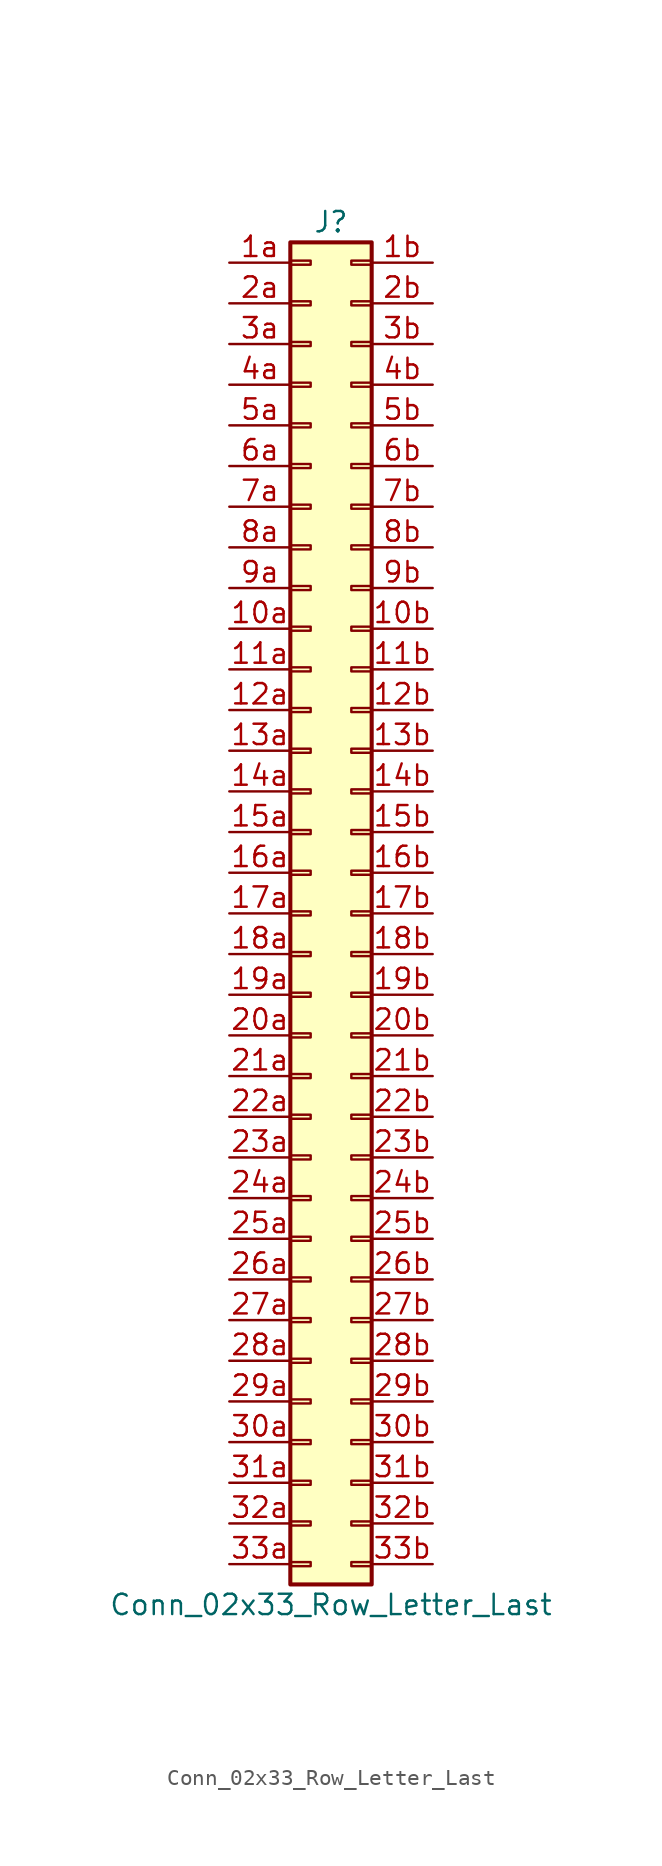
<source format=kicad_sym>
(kicad_symbol_lib
  (version 20211014)
  (generator kicad_symbol_editor)
  (symbol "Conn_02x33_Row_Letter_Last"
    (pin_names
      (offset 1.016) hide)
    (property "Reference" "J"
      (at 1.27 43.18 0)
      (effects (font (size 1.27 1.27))))
    (property "Value" "Conn_02x33_Row_Letter_Last"
      (at 1.27 -43.18 0)
      (effects (font (size 1.27 1.27))))
    (symbol "Conn_02x33_Row_Letter_Last_1_1"
      (rectangle (start -1.27 -40.513) (end 0 -40.767) (stroke (width 0.152) (type default) (color 0 0 0 0)) (fill (type none)))
      (rectangle (start -1.27 -37.973) (end 0 -38.227) (stroke (width 0.152) (type default) (color 0 0 0 0)) (fill (type none)))
      (rectangle (start -1.27 -35.433) (end 0 -35.687) (stroke (width 0.152) (type default) (color 0 0 0 0)) (fill (type none)))
      (rectangle (start -1.27 -32.893) (end 0 -33.147) (stroke (width 0.152) (type default) (color 0 0 0 0)) (fill (type none)))
      (rectangle (start -1.27 -30.353) (end 0 -30.607) (stroke (width 0.152) (type default) (color 0 0 0 0)) (fill (type none)))
      (rectangle (start -1.27 -27.813) (end 0 -28.067) (stroke (width 0.152) (type default) (color 0 0 0 0)) (fill (type none)))
      (rectangle (start -1.27 -25.273) (end 0 -25.527) (stroke (width 0.152) (type default) (color 0 0 0 0)) (fill (type none)))
      (rectangle (start -1.27 -22.733) (end 0 -22.987) (stroke (width 0.152) (type default) (color 0 0 0 0)) (fill (type none)))
      (rectangle (start -1.27 -20.193) (end 0 -20.447) (stroke (width 0.152) (type default) (color 0 0 0 0)) (fill (type none)))
      (rectangle (start -1.27 -17.653) (end 0 -17.907) (stroke (width 0.152) (type default) (color 0 0 0 0)) (fill (type none)))
      (rectangle (start -1.27 -15.113) (end 0 -15.367) (stroke (width 0.152) (type default) (color 0 0 0 0)) (fill (type none)))
      (rectangle (start -1.27 -12.573) (end 0 -12.827) (stroke (width 0.152) (type default) (color 0 0 0 0)) (fill (type none)))
      (rectangle (start -1.27 -10.033) (end 0 -10.287) (stroke (width 0.152) (type default) (color 0 0 0 0)) (fill (type none)))
      (rectangle (start -1.27 -7.493) (end 0 -7.747) (stroke (width 0.152) (type default) (color 0 0 0 0)) (fill (type none)))
      (rectangle (start -1.27 -4.953) (end 0 -5.207) (stroke (width 0.152) (type default) (color 0 0 0 0)) (fill (type none)))
      (rectangle (start -1.27 -2.413) (end 0 -2.667) (stroke (width 0.152) (type default) (color 0 0 0 0)) (fill (type none)))
      (rectangle (start -1.27 0.127) (end 0 -0.127) (stroke (width 0.152) (type default) (color 0 0 0 0)) (fill (type none)))
      (rectangle (start -1.27 2.667) (end 0 2.413) (stroke (width 0.152) (type default) (color 0 0 0 0)) (fill (type none)))
      (rectangle (start -1.27 5.207) (end 0 4.953) (stroke (width 0.152) (type default) (color 0 0 0 0)) (fill (type none)))
      (rectangle (start -1.27 7.747) (end 0 7.493) (stroke (width 0.152) (type default) (color 0 0 0 0)) (fill (type none)))
      (rectangle (start -1.27 10.287) (end 0 10.033) (stroke (width 0.152) (type default) (color 0 0 0 0)) (fill (type none)))
      (rectangle (start -1.27 12.827) (end 0 12.573) (stroke (width 0.152) (type default) (color 0 0 0 0)) (fill (type none)))
      (rectangle (start -1.27 15.367) (end 0 15.113) (stroke (width 0.152) (type default) (color 0 0 0 0)) (fill (type none)))
      (rectangle (start -1.27 17.907) (end 0 17.653) (stroke (width 0.152) (type default) (color 0 0 0 0)) (fill (type none)))
      (rectangle (start -1.27 20.447) (end 0 20.193) (stroke (width 0.152) (type default) (color 0 0 0 0)) (fill (type none)))
      (rectangle (start -1.27 22.987) (end 0 22.733) (stroke (width 0.152) (type default) (color 0 0 0 0)) (fill (type none)))
      (rectangle (start -1.27 25.527) (end 0 25.273) (stroke (width 0.152) (type default) (color 0 0 0 0)) (fill (type none)))
      (rectangle (start -1.27 28.067) (end 0 27.813) (stroke (width 0.152) (type default) (color 0 0 0 0)) (fill (type none)))
      (rectangle (start -1.27 30.607) (end 0 30.353) (stroke (width 0.152) (type default) (color 0 0 0 0)) (fill (type none)))
      (rectangle (start -1.27 33.147) (end 0 32.893) (stroke (width 0.152) (type default) (color 0 0 0 0)) (fill (type none)))
      (rectangle (start -1.27 35.687) (end 0 35.433) (stroke (width 0.152) (type default) (color 0 0 0 0)) (fill (type none)))
      (rectangle (start -1.27 38.227) (end 0 37.973) (stroke (width 0.152) (type default) (color 0 0 0 0)) (fill (type none)))
      (rectangle (start -1.27 40.767) (end 0 40.513) (stroke (width 0.152) (type default) (color 0 0 0 0)) (fill (type none)))
      (rectangle (start -1.27 41.91) (end 3.81 -41.91) (stroke (width 0.254) (type default) (color 0 0 0 0)) (fill (type background)))
      (rectangle (start 3.81 -40.513) (end 2.54 -40.767) (stroke (width 0.152) (type default) (color 0 0 0 0)) (fill (type none)))
      (rectangle (start 3.81 -37.973) (end 2.54 -38.227) (stroke (width 0.152) (type default) (color 0 0 0 0)) (fill (type none)))
      (rectangle (start 3.81 -35.433) (end 2.54 -35.687) (stroke (width 0.152) (type default) (color 0 0 0 0)) (fill (type none)))
      (rectangle (start 3.81 -32.893) (end 2.54 -33.147) (stroke (width 0.152) (type default) (color 0 0 0 0)) (fill (type none)))
      (rectangle (start 3.81 -30.353) (end 2.54 -30.607) (stroke (width 0.152) (type default) (color 0 0 0 0)) (fill (type none)))
      (rectangle (start 3.81 -27.813) (end 2.54 -28.067) (stroke (width 0.152) (type default) (color 0 0 0 0)) (fill (type none)))
      (rectangle (start 3.81 -25.273) (end 2.54 -25.527) (stroke (width 0.152) (type default) (color 0 0 0 0)) (fill (type none)))
      (rectangle (start 3.81 -22.733) (end 2.54 -22.987) (stroke (width 0.152) (type default) (color 0 0 0 0)) (fill (type none)))
      (rectangle (start 3.81 -20.193) (end 2.54 -20.447) (stroke (width 0.152) (type default) (color 0 0 0 0)) (fill (type none)))
      (rectangle (start 3.81 -17.653) (end 2.54 -17.907) (stroke (width 0.152) (type default) (color 0 0 0 0)) (fill (type none)))
      (rectangle (start 3.81 -15.113) (end 2.54 -15.367) (stroke (width 0.152) (type default) (color 0 0 0 0)) (fill (type none)))
      (rectangle (start 3.81 -12.573) (end 2.54 -12.827) (stroke (width 0.152) (type default) (color 0 0 0 0)) (fill (type none)))
      (rectangle (start 3.81 -10.033) (end 2.54 -10.287) (stroke (width 0.152) (type default) (color 0 0 0 0)) (fill (type none)))
      (rectangle (start 3.81 -7.493) (end 2.54 -7.747) (stroke (width 0.152) (type default) (color 0 0 0 0)) (fill (type none)))
      (rectangle (start 3.81 -4.953) (end 2.54 -5.207) (stroke (width 0.152) (type default) (color 0 0 0 0)) (fill (type none)))
      (rectangle (start 3.81 -2.413) (end 2.54 -2.667) (stroke (width 0.152) (type default) (color 0 0 0 0)) (fill (type none)))
      (rectangle (start 3.81 0.127) (end 2.54 -0.127) (stroke (width 0.152) (type default) (color 0 0 0 0)) (fill (type none)))
      (rectangle (start 3.81 2.667) (end 2.54 2.413) (stroke (width 0.152) (type default) (color 0 0 0 0)) (fill (type none)))
      (rectangle (start 3.81 5.207) (end 2.54 4.953) (stroke (width 0.152) (type default) (color 0 0 0 0)) (fill (type none)))
      (rectangle (start 3.81 7.747) (end 2.54 7.493) (stroke (width 0.152) (type default) (color 0 0 0 0)) (fill (type none)))
      (rectangle (start 3.81 10.287) (end 2.54 10.033) (stroke (width 0.152) (type default) (color 0 0 0 0)) (fill (type none)))
      (rectangle (start 3.81 12.827) (end 2.54 12.573) (stroke (width 0.152) (type default) (color 0 0 0 0)) (fill (type none)))
      (rectangle (start 3.81 15.367) (end 2.54 15.113) (stroke (width 0.152) (type default) (color 0 0 0 0)) (fill (type none)))
      (rectangle (start 3.81 17.907) (end 2.54 17.653) (stroke (width 0.152) (type default) (color 0 0 0 0)) (fill (type none)))
      (rectangle (start 3.81 20.447) (end 2.54 20.193) (stroke (width 0.152) (type default) (color 0 0 0 0)) (fill (type none)))
      (rectangle (start 3.81 22.987) (end 2.54 22.733) (stroke (width 0.152) (type default) (color 0 0 0 0)) (fill (type none)))
      (rectangle (start 3.81 25.527) (end 2.54 25.273) (stroke (width 0.152) (type default) (color 0 0 0 0)) (fill (type none)))
      (rectangle (start 3.81 28.067) (end 2.54 27.813) (stroke (width 0.152) (type default) (color 0 0 0 0)) (fill (type none)))
      (rectangle (start 3.81 30.607) (end 2.54 30.353) (stroke (width 0.152) (type default) (color 0 0 0 0)) (fill (type none)))
      (rectangle (start 3.81 33.147) (end 2.54 32.893) (stroke (width 0.152) (type default) (color 0 0 0 0)) (fill (type none)))
      (rectangle (start 3.81 35.687) (end 2.54 35.433) (stroke (width 0.152) (type default) (color 0 0 0 0)) (fill (type none)))
      (rectangle (start 3.81 38.227) (end 2.54 37.973) (stroke (width 0.152) (type default) (color 0 0 0 0)) (fill (type none)))
      (rectangle (start 3.81 40.767) (end 2.54 40.513) (stroke (width 0.152) (type default) (color 0 0 0 0)) (fill (type none)))
      (pin passive line (at -5.08 17.78 0) (length 3.81) (name "Pin_10a" (effects (font (size 1.27 1.27)))) (number "10a" (effects (font (size 1.27 1.27)))))
      (pin passive line (at 7.62 17.78 180) (length 3.81) (name "Pin_10b" (effects (font (size 1.27 1.27)))) (number "10b" (effects (font (size 1.27 1.27)))))
      (pin passive line (at -5.08 15.24 0) (length 3.81) (name "Pin_11a" (effects (font (size 1.27 1.27)))) (number "11a" (effects (font (size 1.27 1.27)))))
      (pin passive line (at 7.62 15.24 180) (length 3.81) (name "Pin_11b" (effects (font (size 1.27 1.27)))) (number "11b" (effects (font (size 1.27 1.27)))))
      (pin passive line (at -5.08 12.7 0) (length 3.81) (name "Pin_12a" (effects (font (size 1.27 1.27)))) (number "12a" (effects (font (size 1.27 1.27)))))
      (pin passive line (at 7.62 12.7 180) (length 3.81) (name "Pin_12b" (effects (font (size 1.27 1.27)))) (number "12b" (effects (font (size 1.27 1.27)))))
      (pin passive line (at -5.08 10.16 0) (length 3.81) (name "Pin_13a" (effects (font (size 1.27 1.27)))) (number "13a" (effects (font (size 1.27 1.27)))))
      (pin passive line (at 7.62 10.16 180) (length 3.81) (name "Pin_13b" (effects (font (size 1.27 1.27)))) (number "13b" (effects (font (size 1.27 1.27)))))
      (pin passive line (at -5.08 7.62 0) (length 3.81) (name "Pin_14a" (effects (font (size 1.27 1.27)))) (number "14a" (effects (font (size 1.27 1.27)))))
      (pin passive line (at 7.62 7.62 180) (length 3.81) (name "Pin_14b" (effects (font (size 1.27 1.27)))) (number "14b" (effects (font (size 1.27 1.27)))))
      (pin passive line (at -5.08 5.08 0) (length 3.81) (name "Pin_15a" (effects (font (size 1.27 1.27)))) (number "15a" (effects (font (size 1.27 1.27)))))
      (pin passive line (at 7.62 5.08 180) (length 3.81) (name "Pin_15b" (effects (font (size 1.27 1.27)))) (number "15b" (effects (font (size 1.27 1.27)))))
      (pin passive line (at -5.08 2.54 0) (length 3.81) (name "Pin_16a" (effects (font (size 1.27 1.27)))) (number "16a" (effects (font (size 1.27 1.27)))))
      (pin passive line (at 7.62 2.54 180) (length 3.81) (name "Pin_16b" (effects (font (size 1.27 1.27)))) (number "16b" (effects (font (size 1.27 1.27)))))
      (pin passive line (at -5.08 0 0) (length 3.81) (name "Pin_17a" (effects (font (size 1.27 1.27)))) (number "17a" (effects (font (size 1.27 1.27)))))
      (pin passive line (at 7.62 0 180) (length 3.81) (name "Pin_17b" (effects (font (size 1.27 1.27)))) (number "17b" (effects (font (size 1.27 1.27)))))
      (pin passive line (at -5.08 -2.54 0) (length 3.81) (name "Pin_18a" (effects (font (size 1.27 1.27)))) (number "18a" (effects (font (size 1.27 1.27)))))
      (pin passive line (at 7.62 -2.54 180) (length 3.81) (name "Pin_18b" (effects (font (size 1.27 1.27)))) (number "18b" (effects (font (size 1.27 1.27)))))
      (pin passive line (at -5.08 -5.08 0) (length 3.81) (name "Pin_19a" (effects (font (size 1.27 1.27)))) (number "19a" (effects (font (size 1.27 1.27)))))
      (pin passive line (at 7.62 -5.08 180) (length 3.81) (name "Pin_19b" (effects (font (size 1.27 1.27)))) (number "19b" (effects (font (size 1.27 1.27)))))
      (pin passive line (at -5.08 40.64 0) (length 3.81) (name "Pin_1a" (effects (font (size 1.27 1.27)))) (number "1a" (effects (font (size 1.27 1.27)))))
      (pin passive line (at 7.62 40.64 180) (length 3.81) (name "Pin_1b" (effects (font (size 1.27 1.27)))) (number "1b" (effects (font (size 1.27 1.27)))))
      (pin passive line (at -5.08 -7.62 0) (length 3.81) (name "Pin_20a" (effects (font (size 1.27 1.27)))) (number "20a" (effects (font (size 1.27 1.27)))))
      (pin passive line (at 7.62 -7.62 180) (length 3.81) (name "Pin_20b" (effects (font (size 1.27 1.27)))) (number "20b" (effects (font (size 1.27 1.27)))))
      (pin passive line (at -5.08 -10.16 0) (length 3.81) (name "Pin_21a" (effects (font (size 1.27 1.27)))) (number "21a" (effects (font (size 1.27 1.27)))))
      (pin passive line (at 7.62 -10.16 180) (length 3.81) (name "Pin_21b" (effects (font (size 1.27 1.27)))) (number "21b" (effects (font (size 1.27 1.27)))))
      (pin passive line (at -5.08 -12.7 0) (length 3.81) (name "Pin_22a" (effects (font (size 1.27 1.27)))) (number "22a" (effects (font (size 1.27 1.27)))))
      (pin passive line (at 7.62 -12.7 180) (length 3.81) (name "Pin_22b" (effects (font (size 1.27 1.27)))) (number "22b" (effects (font (size 1.27 1.27)))))
      (pin passive line (at -5.08 -15.24 0) (length 3.81) (name "Pin_23a" (effects (font (size 1.27 1.27)))) (number "23a" (effects (font (size 1.27 1.27)))))
      (pin passive line (at 7.62 -15.24 180) (length 3.81) (name "Pin_23b" (effects (font (size 1.27 1.27)))) (number "23b" (effects (font (size 1.27 1.27)))))
      (pin passive line (at -5.08 -17.78 0) (length 3.81) (name "Pin_24a" (effects (font (size 1.27 1.27)))) (number "24a" (effects (font (size 1.27 1.27)))))
      (pin passive line (at 7.62 -17.78 180) (length 3.81) (name "Pin_24b" (effects (font (size 1.27 1.27)))) (number "24b" (effects (font (size 1.27 1.27)))))
      (pin passive line (at -5.08 -20.32 0) (length 3.81) (name "Pin_25a" (effects (font (size 1.27 1.27)))) (number "25a" (effects (font (size 1.27 1.27)))))
      (pin passive line (at 7.62 -20.32 180) (length 3.81) (name "Pin_25b" (effects (font (size 1.27 1.27)))) (number "25b" (effects (font (size 1.27 1.27)))))
      (pin passive line (at -5.08 -22.86 0) (length 3.81) (name "Pin_26a" (effects (font (size 1.27 1.27)))) (number "26a" (effects (font (size 1.27 1.27)))))
      (pin passive line (at 7.62 -22.86 180) (length 3.81) (name "Pin_26b" (effects (font (size 1.27 1.27)))) (number "26b" (effects (font (size 1.27 1.27)))))
      (pin passive line (at -5.08 -25.4 0) (length 3.81) (name "Pin_27a" (effects (font (size 1.27 1.27)))) (number "27a" (effects (font (size 1.27 1.27)))))
      (pin passive line (at 7.62 -25.4 180) (length 3.81) (name "Pin_27b" (effects (font (size 1.27 1.27)))) (number "27b" (effects (font (size 1.27 1.27)))))
      (pin passive line (at -5.08 -27.94 0) (length 3.81) (name "Pin_28a" (effects (font (size 1.27 1.27)))) (number "28a" (effects (font (size 1.27 1.27)))))
      (pin passive line (at 7.62 -27.94 180) (length 3.81) (name "Pin_28b" (effects (font (size 1.27 1.27)))) (number "28b" (effects (font (size 1.27 1.27)))))
      (pin passive line (at -5.08 -30.48 0) (length 3.81) (name "Pin_29a" (effects (font (size 1.27 1.27)))) (number "29a" (effects (font (size 1.27 1.27)))))
      (pin passive line (at 7.62 -30.48 180) (length 3.81) (name "Pin_29b" (effects (font (size 1.27 1.27)))) (number "29b" (effects (font (size 1.27 1.27)))))
      (pin passive line (at -5.08 38.1 0) (length 3.81) (name "Pin_2a" (effects (font (size 1.27 1.27)))) (number "2a" (effects (font (size 1.27 1.27)))))
      (pin passive line (at 7.62 38.1 180) (length 3.81) (name "Pin_2b" (effects (font (size 1.27 1.27)))) (number "2b" (effects (font (size 1.27 1.27)))))
      (pin passive line (at -5.08 -33.02 0) (length 3.81) (name "Pin_30a" (effects (font (size 1.27 1.27)))) (number "30a" (effects (font (size 1.27 1.27)))))
      (pin passive line (at 7.62 -33.02 180) (length 3.81) (name "Pin_30b" (effects (font (size 1.27 1.27)))) (number "30b" (effects (font (size 1.27 1.27)))))
      (pin passive line (at -5.08 -35.56 0) (length 3.81) (name "Pin_31a" (effects (font (size 1.27 1.27)))) (number "31a" (effects (font (size 1.27 1.27)))))
      (pin passive line (at 7.62 -35.56 180) (length 3.81) (name "Pin_31b" (effects (font (size 1.27 1.27)))) (number "31b" (effects (font (size 1.27 1.27)))))
      (pin passive line (at -5.08 -38.1 0) (length 3.81) (name "Pin_32a" (effects (font (size 1.27 1.27)))) (number "32a" (effects (font (size 1.27 1.27)))))
      (pin passive line (at 7.62 -38.1 180) (length 3.81) (name "Pin_32b" (effects (font (size 1.27 1.27)))) (number "32b" (effects (font (size 1.27 1.27)))))
      (pin passive line (at -5.08 -40.64 0) (length 3.81) (name "Pin_33a" (effects (font (size 1.27 1.27)))) (number "33a" (effects (font (size 1.27 1.27)))))
      (pin passive line (at 7.62 -40.64 180) (length 3.81) (name "Pin_33b" (effects (font (size 1.27 1.27)))) (number "33b" (effects (font (size 1.27 1.27)))))
      (pin passive line (at -5.08 35.56 0) (length 3.81) (name "Pin_3a" (effects (font (size 1.27 1.27)))) (number "3a" (effects (font (size 1.27 1.27)))))
      (pin passive line (at 7.62 35.56 180) (length 3.81) (name "Pin_3b" (effects (font (size 1.27 1.27)))) (number "3b" (effects (font (size 1.27 1.27)))))
      (pin passive line (at -5.08 33.02 0) (length 3.81) (name "Pin_4a" (effects (font (size 1.27 1.27)))) (number "4a" (effects (font (size 1.27 1.27)))))
      (pin passive line (at 7.62 33.02 180) (length 3.81) (name "Pin_4b" (effects (font (size 1.27 1.27)))) (number "4b" (effects (font (size 1.27 1.27)))))
      (pin passive line (at -5.08 30.48 0) (length 3.81) (name "Pin_5a" (effects (font (size 1.27 1.27)))) (number "5a" (effects (font (size 1.27 1.27)))))
      (pin passive line (at 7.62 30.48 180) (length 3.81) (name "Pin_5b" (effects (font (size 1.27 1.27)))) (number "5b" (effects (font (size 1.27 1.27)))))
      (pin passive line (at -5.08 27.94 0) (length 3.81) (name "Pin_6a" (effects (font (size 1.27 1.27)))) (number "6a" (effects (font (size 1.27 1.27)))))
      (pin passive line (at 7.62 27.94 180) (length 3.81) (name "Pin_6b" (effects (font (size 1.27 1.27)))) (number "6b" (effects (font (size 1.27 1.27)))))
      (pin passive line (at -5.08 25.4 0) (length 3.81) (name "Pin_7a" (effects (font (size 1.27 1.27)))) (number "7a" (effects (font (size 1.27 1.27)))))
      (pin passive line (at 7.62 25.4 180) (length 3.81) (name "Pin_7b" (effects (font (size 1.27 1.27)))) (number "7b" (effects (font (size 1.27 1.27)))))
      (pin passive line (at -5.08 22.86 0) (length 3.81) (name "Pin_8a" (effects (font (size 1.27 1.27)))) (number "8a" (effects (font (size 1.27 1.27)))))
      (pin passive line (at 7.62 22.86 180) (length 3.81) (name "Pin_8b" (effects (font (size 1.27 1.27)))) (number "8b" (effects (font (size 1.27 1.27)))))
      (pin passive line (at -5.08 20.32 0) (length 3.81) (name "Pin_9a" (effects (font (size 1.27 1.27)))) (number "9a" (effects (font (size 1.27 1.27)))))
      (pin passive line (at 7.62 20.32 180) (length 3.81) (name "Pin_9b" (effects (font (size 1.27 1.27)))) (number "9b" (effects (font (size 1.27 1.27))))))))
</source>
